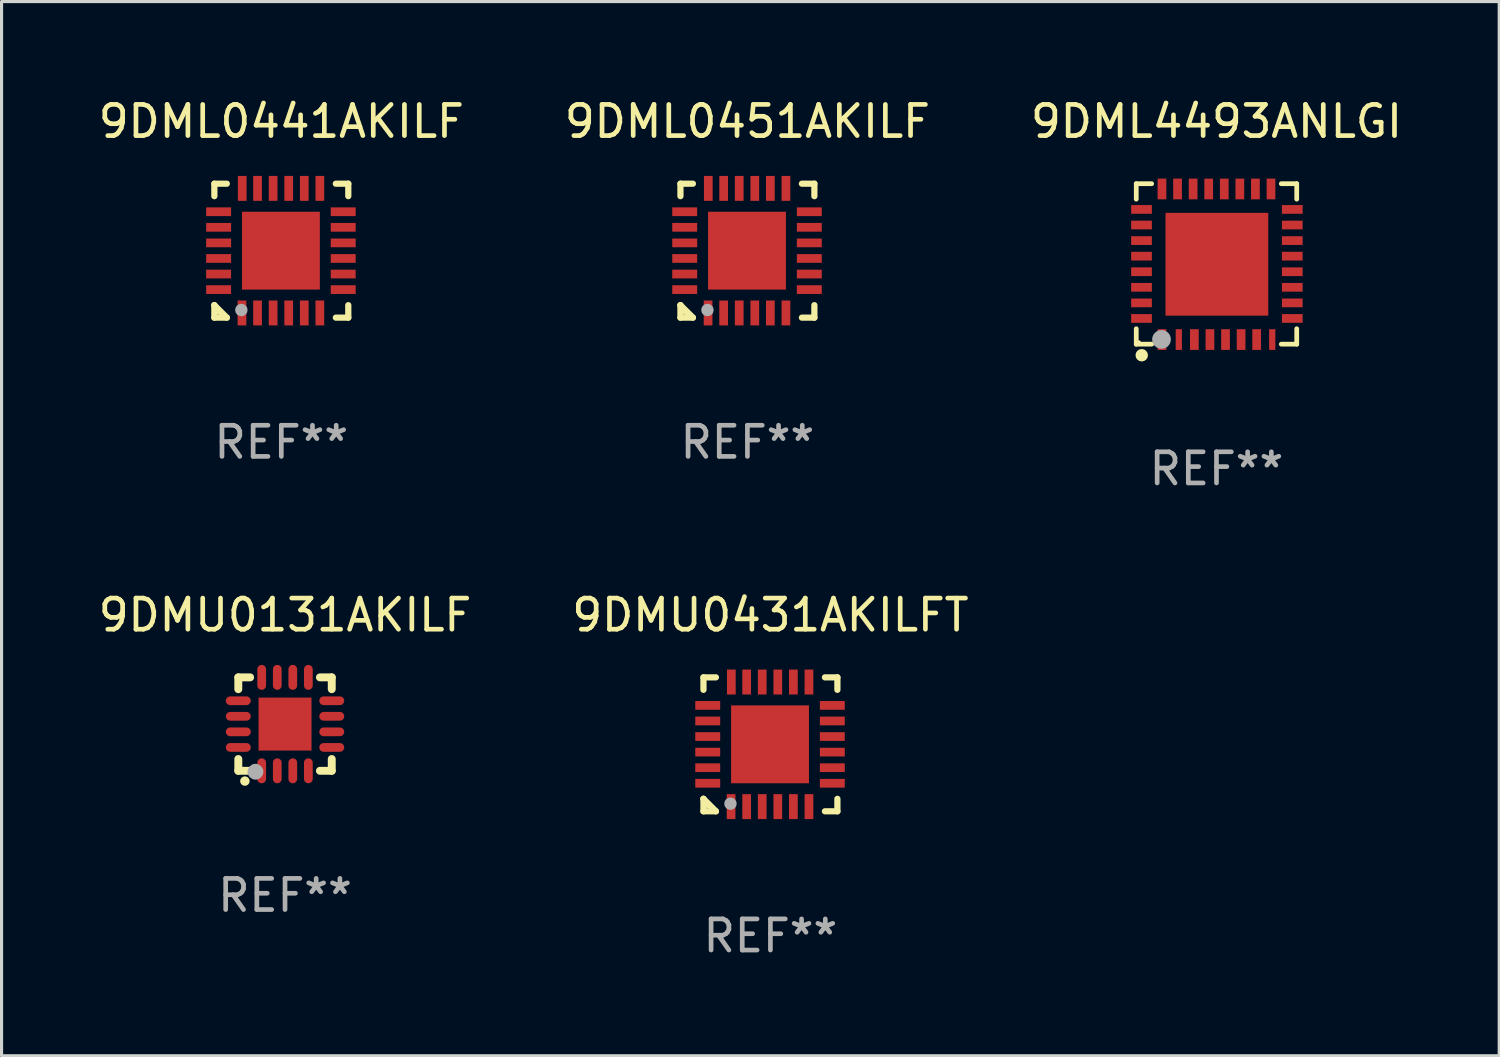
<source format=kicad_pcb>
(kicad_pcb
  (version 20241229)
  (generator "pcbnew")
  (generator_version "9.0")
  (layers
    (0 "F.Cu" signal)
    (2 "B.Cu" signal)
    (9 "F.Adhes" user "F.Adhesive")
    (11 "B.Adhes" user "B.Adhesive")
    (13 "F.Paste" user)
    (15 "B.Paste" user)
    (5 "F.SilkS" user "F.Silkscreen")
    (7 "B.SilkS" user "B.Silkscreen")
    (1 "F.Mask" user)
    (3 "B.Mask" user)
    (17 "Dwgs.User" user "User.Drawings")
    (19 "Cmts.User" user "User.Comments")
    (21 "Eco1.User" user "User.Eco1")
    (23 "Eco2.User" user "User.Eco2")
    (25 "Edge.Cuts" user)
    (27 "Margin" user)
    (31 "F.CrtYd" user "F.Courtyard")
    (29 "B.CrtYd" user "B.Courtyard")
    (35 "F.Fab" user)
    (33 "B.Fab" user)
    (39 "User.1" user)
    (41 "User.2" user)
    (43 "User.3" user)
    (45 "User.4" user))
  (footprint "9DML0441AKILF"
    (layer "F.Cu")
    (at 5.982 4.998)
    (property "Reference" "9DML0441AKILF" (at 0 -4.15 0) (layer "F.SilkS") (effects (font (size 1 1) (thickness 0.15))))
    (attr through_hole)
    (fp_line (start -2.15 -2.15) (end -1.75 -2.15) (stroke (width 0.2) (type solid)) (layer "F.SilkS"))
    (fp_line (start -2.15 -1.75) (end -2.15 -2.15) (stroke (width 0.2) (type solid)) (layer "F.SilkS"))
    (fp_line (start -2.15 1.75) (end -2.15 1.75) (stroke (width 0.2) (type solid)) (layer "F.SilkS"))
    (fp_line (start -2.15 1.75) (end -1.75 2.15) (stroke (width 0.2) (type solid)) (layer "F.SilkS"))
    (fp_line (start -2.15 2.15) (end -2.15 1.75) (stroke (width 0.2) (type solid)) (layer "F.SilkS"))
    (fp_line (start -1.75 2.15) (end -2.15 2.15) (stroke (width 0.2) (type solid)) (layer "F.SilkS"))
    (fp_line (start 2.15 -2.15) (end 1.75 -2.15) (stroke (width 0.2) (type solid)) (layer "F.SilkS"))
    (fp_line (start 2.15 -1.75) (end 2.15 -2.15) (stroke (width 0.2) (type solid)) (layer "F.SilkS"))
    (fp_line (start 2.15 1.75) (end 2.15 2.15) (stroke (width 0.2) (type solid)) (layer "F.SilkS"))
    (fp_line (start 2.15 2.15) (end 1.75 2.15) (stroke (width 0.2) (type solid)) (layer "F.SilkS"))
    (fp_circle (center -2.013 2) (end -1.983 2) (stroke (width 0.06) (type solid)) (fill no) (layer "F.SilkS"))
    (fp_circle (center -1.283 1.905) (end -1.183 1.905) (stroke (width 0.2) (type solid)) (fill no) (layer "F.Fab"))
    (fp_text user "REF**" (at 0 6.15 0) (layer "F.Fab") (effects (font (size 1 1) (thickness 0.15))))
    (pad "1" smd rect (at -1.263 2 180) (size 0.28 0.8) (layers "F.Cu" "F.Mask" "F.Paste"))
    (pad "2" smd rect (at -0.763 2 180) (size 0.28 0.8) (layers "F.Cu" "F.Mask" "F.Paste"))
    (pad "3" smd rect (at -0.263 2 180) (size 0.28 0.8) (layers "F.Cu" "F.Mask" "F.Paste"))
    (pad "4" smd rect (at 0.237 2 180) (size 0.28 0.8) (layers "F.Cu" "F.Mask" "F.Paste"))
    (pad "5" smd rect (at 0.737 2 180) (size 0.28 0.8) (layers "F.Cu" "F.Mask" "F.Paste"))
    (pad "6" smd rect (at 1.237 2 180) (size 0.28 0.8) (layers "F.Cu" "F.Mask" "F.Paste"))
    (pad "7" smd rect (at 1.987 1.25 90) (size 0.28 0.8) (layers "F.Cu" "F.Mask" "F.Paste"))
    (pad "8" smd rect (at 1.987 0.75 90) (size 0.28 0.8) (layers "F.Cu" "F.Mask" "F.Paste"))
    (pad "9" smd rect (at 1.987 0.25 90) (size 0.28 0.8) (layers "F.Cu" "F.Mask" "F.Paste"))
    (pad "10" smd rect (at 1.987 -0.25 90) (size 0.28 0.8) (layers "F.Cu" "F.Mask" "F.Paste"))
    (pad "11" smd rect (at 1.987 -0.75 90) (size 0.28 0.8) (layers "F.Cu" "F.Mask" "F.Paste"))
    (pad "12" smd rect (at 1.987 -1.25 90) (size 0.28 0.8) (layers "F.Cu" "F.Mask" "F.Paste"))
    (pad "13" smd rect (at 1.237 -2 180) (size 0.28 0.8) (layers "F.Cu" "F.Mask" "F.Paste"))
    (pad "14" smd rect (at 0.737 -2 180) (size 0.28 0.8) (layers "F.Cu" "F.Mask" "F.Paste"))
    (pad "15" smd rect (at 0.237 -2 180) (size 0.28 0.8) (layers "F.Cu" "F.Mask" "F.Paste"))
    (pad "16" smd rect (at -0.263 -2 180) (size 0.28 0.8) (layers "F.Cu" "F.Mask" "F.Paste"))
    (pad "17" smd rect (at -0.763 -2 180) (size 0.28 0.8) (layers "F.Cu" "F.Mask" "F.Paste"))
    (pad "18" smd rect (at -1.255 -2 180) (size 0.28 0.8) (layers "F.Cu" "F.Mask" "F.Paste"))
    (pad "19" smd rect (at -2.013 -1.25 90) (size 0.28 0.8) (layers "F.Cu" "F.Mask" "F.Paste"))
    (pad "20" smd rect (at -2.013 -0.75 90) (size 0.28 0.8) (layers "F.Cu" "F.Mask" "F.Paste"))
    (pad "21" smd rect (at -2.013 -0.25 90) (size 0.28 0.8) (layers "F.Cu" "F.Mask" "F.Paste"))
    (pad "22" smd rect (at -2.013 0.25 90) (size 0.28 0.8) (layers "F.Cu" "F.Mask" "F.Paste"))
    (pad "23" smd rect (at -2.013 0.75 90) (size 0.28 0.8) (layers "F.Cu" "F.Mask" "F.Paste"))
    (pad "24" smd rect (at -2.013 1.25 90) (size 0.28 0.8) (layers "F.Cu" "F.Mask" "F.Paste"))
    (pad "25" smd rect (at -0.013 0 90) (size 2.5 2.5) (layers "F.Cu" "F.Mask" "F.Paste")))
  (footprint "9DMU0431AKILFT"
    (layer "F.Cu")
    (at 21.685 20.847)
    (property "Reference" "9DMU0431AKILFT" (at 0 -4.15 0) (layer "F.SilkS") (effects (font (size 1 1) (thickness 0.15))))
    (attr through_hole)
    (fp_line (start -2.15 -2.15) (end -1.75 -2.15) (stroke (width 0.2) (type solid)) (layer "F.SilkS"))
    (fp_line (start -2.15 -1.75) (end -2.15 -2.15) (stroke (width 0.2) (type solid)) (layer "F.SilkS"))
    (fp_line (start -2.15 1.75) (end -2.15 1.75) (stroke (width 0.2) (type solid)) (layer "F.SilkS"))
    (fp_line (start -2.15 1.75) (end -1.75 2.15) (stroke (width 0.2) (type solid)) (layer "F.SilkS"))
    (fp_line (start -2.15 2.15) (end -2.15 1.75) (stroke (width 0.2) (type solid)) (layer "F.SilkS"))
    (fp_line (start -1.75 2.15) (end -2.15 2.15) (stroke (width 0.2) (type solid)) (layer "F.SilkS"))
    (fp_line (start 2.15 -2.15) (end 1.75 -2.15) (stroke (width 0.2) (type solid)) (layer "F.SilkS"))
    (fp_line (start 2.15 -1.75) (end 2.15 -2.15) (stroke (width 0.2) (type solid)) (layer "F.SilkS"))
    (fp_line (start 2.15 1.75) (end 2.15 2.15) (stroke (width 0.2) (type solid)) (layer "F.SilkS"))
    (fp_line (start 2.15 2.15) (end 1.75 2.15) (stroke (width 0.2) (type solid)) (layer "F.SilkS"))
    (fp_circle (center -2.013 2) (end -1.983 2) (stroke (width 0.06) (type solid)) (fill no) (layer "F.SilkS"))
    (fp_circle (center -1.283 1.905) (end -1.183 1.905) (stroke (width 0.2) (type solid)) (fill no) (layer "F.Fab"))
    (fp_text user "REF**" (at 0 6.15 0) (layer "F.Fab") (effects (font (size 1 1) (thickness 0.15))))
    (pad "1" smd rect (at -1.263 2 180) (size 0.28 0.8) (layers "F.Cu" "F.Mask" "F.Paste"))
    (pad "2" smd rect (at -0.763 2 180) (size 0.28 0.8) (layers "F.Cu" "F.Mask" "F.Paste"))
    (pad "3" smd rect (at -0.263 2 180) (size 0.28 0.8) (layers "F.Cu" "F.Mask" "F.Paste"))
    (pad "4" smd rect (at 0.237 2 180) (size 0.28 0.8) (layers "F.Cu" "F.Mask" "F.Paste"))
    (pad "5" smd rect (at 0.737 2 180) (size 0.28 0.8) (layers "F.Cu" "F.Mask" "F.Paste"))
    (pad "6" smd rect (at 1.237 2 180) (size 0.28 0.8) (layers "F.Cu" "F.Mask" "F.Paste"))
    (pad "7" smd rect (at 1.987 1.25 90) (size 0.28 0.8) (layers "F.Cu" "F.Mask" "F.Paste"))
    (pad "8" smd rect (at 1.987 0.75 90) (size 0.28 0.8) (layers "F.Cu" "F.Mask" "F.Paste"))
    (pad "9" smd rect (at 1.987 0.25 90) (size 0.28 0.8) (layers "F.Cu" "F.Mask" "F.Paste"))
    (pad "10" smd rect (at 1.987 -0.25 90) (size 0.28 0.8) (layers "F.Cu" "F.Mask" "F.Paste"))
    (pad "11" smd rect (at 1.987 -0.75 90) (size 0.28 0.8) (layers "F.Cu" "F.Mask" "F.Paste"))
    (pad "12" smd rect (at 1.987 -1.25 90) (size 0.28 0.8) (layers "F.Cu" "F.Mask" "F.Paste"))
    (pad "13" smd rect (at 1.237 -2 180) (size 0.28 0.8) (layers "F.Cu" "F.Mask" "F.Paste"))
    (pad "14" smd rect (at 0.737 -2 180) (size 0.28 0.8) (layers "F.Cu" "F.Mask" "F.Paste"))
    (pad "15" smd rect (at 0.237 -2 180) (size 0.28 0.8) (layers "F.Cu" "F.Mask" "F.Paste"))
    (pad "16" smd rect (at -0.263 -2 180) (size 0.28 0.8) (layers "F.Cu" "F.Mask" "F.Paste"))
    (pad "17" smd rect (at -0.763 -2 180) (size 0.28 0.8) (layers "F.Cu" "F.Mask" "F.Paste"))
    (pad "18" smd rect (at -1.255 -2 180) (size 0.28 0.8) (layers "F.Cu" "F.Mask" "F.Paste"))
    (pad "19" smd rect (at -2.013 -1.25 90) (size 0.28 0.8) (layers "F.Cu" "F.Mask" "F.Paste"))
    (pad "20" smd rect (at -2.013 -0.75 90) (size 0.28 0.8) (layers "F.Cu" "F.Mask" "F.Paste"))
    (pad "21" smd rect (at -2.013 -0.25 90) (size 0.28 0.8) (layers "F.Cu" "F.Mask" "F.Paste"))
    (pad "22" smd rect (at -2.013 0.25 90) (size 0.28 0.8) (layers "F.Cu" "F.Mask" "F.Paste"))
    (pad "23" smd rect (at -2.013 0.75 90) (size 0.28 0.8) (layers "F.Cu" "F.Mask" "F.Paste"))
    (pad "24" smd rect (at -2.013 1.25 90) (size 0.28 0.8) (layers "F.Cu" "F.Mask" "F.Paste"))
    (pad "25" smd rect (at -0.013 0 90) (size 2.5 2.5) (layers "F.Cu" "F.Mask" "F.Paste")))
  (footprint "9DML4493ANLGI"
    (layer "F.Cu")
    (at 36.006 5.424)
    (property "Reference" "9DML4493ANLGI" (at 0 -4.576 0) (layer "F.SilkS") (effects (font (size 1 1) (thickness 0.15))))
    (attr through_hole)
    (fp_line (start -2.576 -2.576) (end -2.576 -2.08) (stroke (width 0.152) (type solid)) (layer "F.SilkS"))
    (fp_line (start -2.576 2.576) (end -2.576 2.08) (stroke (width 0.152) (type solid)) (layer "F.SilkS"))
    (fp_line (start -2.08 -2.576) (end -2.576 -2.576) (stroke (width 0.152) (type solid)) (layer "F.SilkS"))
    (fp_line (start -2.08 2.576) (end -2.576 2.576) (stroke (width 0.152) (type solid)) (layer "F.SilkS"))
    (fp_line (start 2.08 -2.576) (end 2.576 -2.576) (stroke (width 0.152) (type solid)) (layer "F.SilkS"))
    (fp_line (start 2.08 2.576) (end 2.576 2.576) (stroke (width 0.152) (type solid)) (layer "F.SilkS"))
    (fp_line (start 2.576 -2.576) (end 2.576 -2.08) (stroke (width 0.152) (type solid)) (layer "F.SilkS"))
    (fp_line (start 2.576 2.576) (end 2.576 2.08) (stroke (width 0.152) (type solid)) (layer "F.SilkS"))
    (fp_circle (center -2.487 2.51) (end -2.457 2.51) (stroke (width 0.06) (type solid)) (fill no) (layer "F.SilkS"))
    (fp_circle (center -2.4 2.931) (end -2.3 2.931) (stroke (width 0.2) (type solid)) (fill no) (layer "F.SilkS"))
    (fp_circle (center -1.765 2.423) (end -1.615 2.423) (stroke (width 0.3) (type solid)) (fill no) (layer "F.Fab"))
    (fp_text user "REF**" (at 0 6.576 0) (layer "F.Fab") (effects (font (size 1 1) (thickness 0.15))))
    (pad "1" smd rect (at -1.75 2.428) (size 0.28 0.665) (layers "F.Cu" "F.Mask" "F.Paste"))
    (pad "2" smd rect (at -1.21 2.428) (size 0.2 0.665) (layers "F.Cu" "F.Mask" "F.Paste"))
    (pad "3" smd rect (at -0.71 2.428) (size 0.28 0.665) (layers "F.Cu" "F.Mask" "F.Paste"))
    (pad "4" smd rect (at -0.21 2.428) (size 0.28 0.665) (layers "F.Cu" "F.Mask" "F.Paste"))
    (pad "5" smd rect (at 0.29 2.428) (size 0.28 0.665) (layers "F.Cu" "F.Mask" "F.Paste"))
    (pad "6" smd rect (at 0.79 2.428) (size 0.28 0.665) (layers "F.Cu" "F.Mask" "F.Paste"))
    (pad "7" smd rect (at 1.29 2.428) (size 0.28 0.665) (layers "F.Cu" "F.Mask" "F.Paste"))
    (pad "8" smd rect (at 1.79 2.428) (size 0.2 0.665) (layers "F.Cu" "F.Mask" "F.Paste"))
    (pad "9" smd rect (at 2.433 1.75) (size 0.665 0.28) (layers "F.Cu" "F.Mask" "F.Paste"))
    (pad "10" smd rect (at 2.433 1.25) (size 0.665 0.28) (layers "F.Cu" "F.Mask" "F.Paste"))
    (pad "11" smd rect (at 2.433 0.75) (size 0.665 0.28) (layers "F.Cu" "F.Mask" "F.Paste"))
    (pad "12" smd rect (at 2.433 0.25) (size 0.665 0.28) (layers "F.Cu" "F.Mask" "F.Paste"))
    (pad "13" smd rect (at 2.433 -0.25) (size 0.665 0.28) (layers "F.Cu" "F.Mask" "F.Paste"))
    (pad "14" smd rect (at 2.433 -0.75) (size 0.665 0.28) (layers "F.Cu" "F.Mask" "F.Paste"))
    (pad "15" smd rect (at 2.433 -1.25) (size 0.665 0.28) (layers "F.Cu" "F.Mask" "F.Paste"))
    (pad "16" smd rect (at 2.433 -1.75) (size 0.665 0.28) (layers "F.Cu" "F.Mask" "F.Paste"))
    (pad "17" smd rect (at 1.75 -2.407) (size 0.28 0.665) (layers "F.Cu" "F.Mask" "F.Paste"))
    (pad "18" smd rect (at 1.25 -2.407) (size 0.28 0.665) (layers "F.Cu" "F.Mask" "F.Paste"))
    (pad "19" smd rect (at 0.75 -2.407) (size 0.28 0.665) (layers "F.Cu" "F.Mask" "F.Paste"))
    (pad "20" smd rect (at 0.25 -2.407) (size 0.28 0.665) (layers "F.Cu" "F.Mask" "F.Paste"))
    (pad "21" smd rect (at -0.25 -2.407) (size 0.28 0.665) (layers "F.Cu" "F.Mask" "F.Paste"))
    (pad "22" smd rect (at -0.75 -2.407) (size 0.28 0.665) (layers "F.Cu" "F.Mask" "F.Paste"))
    (pad "23" smd rect (at -1.25 -2.407) (size 0.28 0.665) (layers "F.Cu" "F.Mask" "F.Paste"))
    (pad "24" smd rect (at -1.75 -2.407) (size 0.28 0.665) (layers "F.Cu" "F.Mask" "F.Paste"))
    (pad "25" smd rect (at -2.407 -1.75) (size 0.665 0.28) (layers "F.Cu" "F.Mask" "F.Paste"))
    (pad "26" smd rect (at -2.407 -1.25) (size 0.665 0.28) (layers "F.Cu" "F.Mask" "F.Paste"))
    (pad "27" smd rect (at -2.407 -0.75) (size 0.665 0.28) (layers "F.Cu" "F.Mask" "F.Paste"))
    (pad "28" smd rect (at -2.407 -0.25) (size 0.665 0.28) (layers "F.Cu" "F.Mask" "F.Paste"))
    (pad "29" smd rect (at -2.407 0.25) (size 0.665 0.28) (layers "F.Cu" "F.Mask" "F.Paste"))
    (pad "30" smd rect (at -2.407 0.75) (size 0.665 0.28) (layers "F.Cu" "F.Mask" "F.Paste"))
    (pad "31" smd rect (at -2.407 1.25) (size 0.665 0.28) (layers "F.Cu" "F.Mask" "F.Paste"))
    (pad "32" smd rect (at -2.407 1.75) (size 0.665 0.28) (layers "F.Cu" "F.Mask" "F.Paste"))
    (pad "33" smd rect (at 0.013 0.01) (size 3.3 3.3) (layers "F.Cu" "F.Mask" "F.Paste")))
  (footprint "9DMU0131AKILF"
    (layer "F.Cu")
    (at 6.101 20.197)
    (property "Reference" "9DMU0131AKILF" (at 0 -3.5 0) (layer "F.SilkS") (effects (font (size 1 1) (thickness 0.15))))
    (attr through_hole)
    (fp_line (start -1.5 -1.5) (end -1.121 -1.5) (stroke (width 0.254) (type solid)) (layer "F.SilkS"))
    (fp_line (start -1.5 -1.12) (end -1.5 -1.5) (stroke (width 0.254) (type solid)) (layer "F.SilkS"))
    (fp_line (start -1.5 1.5) (end -1.5 1.121) (stroke (width 0.254) (type solid)) (layer "F.SilkS"))
    (fp_line (start -1.121 1.5) (end -1.5 1.5) (stroke (width 0.254) (type solid)) (layer "F.SilkS"))
    (fp_line (start 1.12 -1.5) (end 1.5 -1.5) (stroke (width 0.254) (type solid)) (layer "F.SilkS"))
    (fp_line (start 1.5 -1.5) (end 1.5 -1.12) (stroke (width 0.254) (type solid)) (layer "F.SilkS"))
    (fp_line (start 1.5 1.121) (end 1.5 1.5) (stroke (width 0.254) (type solid)) (layer "F.SilkS"))
    (fp_line (start 1.5 1.5) (end 1.12 1.5) (stroke (width 0.254) (type solid)) (layer "F.SilkS"))
    (fp_arc (start -1.290005 1.83001) (mid -1.288735 1.830005) (end -1.287465 1.83001) (stroke (width 0.3) (type solid)) (layer "F.SilkS"))
    (fp_circle (center -1.5 1.5) (end -1.47 1.5) (stroke (width 0.06) (type solid)) (fill no) (layer "F.SilkS"))
    (fp_circle (center -0.95 1.53) (end -0.823 1.53) (stroke (width 0.254) (type solid)) (fill no) (layer "F.Fab"))
    (fp_text user "REF**" (at 0 5.5 0) (layer "F.Fab") (effects (font (size 1 1) (thickness 0.15))))
    (pad "1" smd oval (at -0.749 1.5 180) (size 0.28 0.8) (layers "F.Cu" "F.Mask" "F.Paste"))
    (pad "2" smd oval (at -0.249 1.5 180) (size 0.28 0.8) (layers "F.Cu" "F.Mask" "F.Paste"))
    (pad "3" smd oval (at 0.249 1.5 180) (size 0.28 0.8) (layers "F.Cu" "F.Mask" "F.Paste"))
    (pad "4" smd oval (at 0.749 1.5 180) (size 0.28 0.8) (layers "F.Cu" "F.Mask" "F.Paste"))
    (pad "5" smd oval (at 1.5 0.749 90) (size 0.28 0.8) (layers "F.Cu" "F.Mask" "F.Paste"))
    (pad "6" smd oval (at 1.5 0.249 90) (size 0.28 0.8) (layers "F.Cu" "F.Mask" "F.Paste"))
    (pad "7" smd oval (at 1.5 -0.249 90) (size 0.28 0.8) (layers "F.Cu" "F.Mask" "F.Paste"))
    (pad "8" smd oval (at 1.5 -0.749 90) (size 0.28 0.8) (layers "F.Cu" "F.Mask" "F.Paste"))
    (pad "9" smd oval (at 0.749 -1.5 180) (size 0.28 0.8) (layers "F.Cu" "F.Mask" "F.Paste"))
    (pad "10" smd oval (at 0.249 -1.5 180) (size 0.28 0.8) (layers "F.Cu" "F.Mask" "F.Paste"))
    (pad "11" smd oval (at -0.249 -1.5 180) (size 0.28 0.8) (layers "F.Cu" "F.Mask" "F.Paste"))
    (pad "12" smd oval (at -0.749 -1.5 180) (size 0.28 0.8) (layers "F.Cu" "F.Mask" "F.Paste"))
    (pad "13" smd oval (at -1.5 -0.749 90) (size 0.28 0.8) (layers "F.Cu" "F.Mask" "F.Paste"))
    (pad "14" smd oval (at -1.5 -0.249 90) (size 0.28 0.8) (layers "F.Cu" "F.Mask" "F.Paste"))
    (pad "15" smd oval (at -1.5 0.249 90) (size 0.28 0.8) (layers "F.Cu" "F.Mask" "F.Paste"))
    (pad "16" smd oval (at -1.5 0.749 90) (size 0.28 0.8) (layers "F.Cu" "F.Mask" "F.Paste"))
    (pad "17" smd rect (at -0.000114 0.000114 90) (size 1.7 1.7) (layers "F.Cu" "F.Mask" "F.Paste")))
  (footprint "9DML0451AKILF"
    (layer "F.Cu")
    (at 20.946 4.998)
    (property "Reference" "9DML0451AKILF" (at 0 -4.15 0) (layer "F.SilkS") (effects (font (size 1 1) (thickness 0.15))))
    (attr through_hole)
    (fp_line (start -2.15 -2.15) (end -1.75 -2.15) (stroke (width 0.2) (type solid)) (layer "F.SilkS"))
    (fp_line (start -2.15 -1.75) (end -2.15 -2.15) (stroke (width 0.2) (type solid)) (layer "F.SilkS"))
    (fp_line (start -2.15 1.75) (end -2.15 1.75) (stroke (width 0.2) (type solid)) (layer "F.SilkS"))
    (fp_line (start -2.15 1.75) (end -1.75 2.15) (stroke (width 0.2) (type solid)) (layer "F.SilkS"))
    (fp_line (start -2.15 2.15) (end -2.15 1.75) (stroke (width 0.2) (type solid)) (layer "F.SilkS"))
    (fp_line (start -1.75 2.15) (end -2.15 2.15) (stroke (width 0.2) (type solid)) (layer "F.SilkS"))
    (fp_line (start 2.15 -2.15) (end 1.75 -2.15) (stroke (width 0.2) (type solid)) (layer "F.SilkS"))
    (fp_line (start 2.15 -1.75) (end 2.15 -2.15) (stroke (width 0.2) (type solid)) (layer "F.SilkS"))
    (fp_line (start 2.15 1.75) (end 2.15 2.15) (stroke (width 0.2) (type solid)) (layer "F.SilkS"))
    (fp_line (start 2.15 2.15) (end 1.75 2.15) (stroke (width 0.2) (type solid)) (layer "F.SilkS"))
    (fp_circle (center -2.013 2) (end -1.983 2) (stroke (width 0.06) (type solid)) (fill no) (layer "F.SilkS"))
    (fp_circle (center -1.283 1.905) (end -1.183 1.905) (stroke (width 0.2) (type solid)) (fill no) (layer "F.Fab"))
    (fp_text user "REF**" (at 0 6.15 0) (layer "F.Fab") (effects (font (size 1 1) (thickness 0.15))))
    (pad "1" smd rect (at -1.263 2 180) (size 0.28 0.8) (layers "F.Cu" "F.Mask" "F.Paste"))
    (pad "2" smd rect (at -0.763 2 180) (size 0.28 0.8) (layers "F.Cu" "F.Mask" "F.Paste"))
    (pad "3" smd rect (at -0.263 2 180) (size 0.28 0.8) (layers "F.Cu" "F.Mask" "F.Paste"))
    (pad "4" smd rect (at 0.237 2 180) (size 0.28 0.8) (layers "F.Cu" "F.Mask" "F.Paste"))
    (pad "5" smd rect (at 0.737 2 180) (size 0.28 0.8) (layers "F.Cu" "F.Mask" "F.Paste"))
    (pad "6" smd rect (at 1.237 2 180) (size 0.28 0.8) (layers "F.Cu" "F.Mask" "F.Paste"))
    (pad "7" smd rect (at 1.987 1.25 90) (size 0.28 0.8) (layers "F.Cu" "F.Mask" "F.Paste"))
    (pad "8" smd rect (at 1.987 0.75 90) (size 0.28 0.8) (layers "F.Cu" "F.Mask" "F.Paste"))
    (pad "9" smd rect (at 1.987 0.25 90) (size 0.28 0.8) (layers "F.Cu" "F.Mask" "F.Paste"))
    (pad "10" smd rect (at 1.987 -0.25 90) (size 0.28 0.8) (layers "F.Cu" "F.Mask" "F.Paste"))
    (pad "11" smd rect (at 1.987 -0.75 90) (size 0.28 0.8) (layers "F.Cu" "F.Mask" "F.Paste"))
    (pad "12" smd rect (at 1.987 -1.25 90) (size 0.28 0.8) (layers "F.Cu" "F.Mask" "F.Paste"))
    (pad "13" smd rect (at 1.237 -2 180) (size 0.28 0.8) (layers "F.Cu" "F.Mask" "F.Paste"))
    (pad "14" smd rect (at 0.737 -2 180) (size 0.28 0.8) (layers "F.Cu" "F.Mask" "F.Paste"))
    (pad "15" smd rect (at 0.237 -2 180) (size 0.28 0.8) (layers "F.Cu" "F.Mask" "F.Paste"))
    (pad "16" smd rect (at -0.263 -2 180) (size 0.28 0.8) (layers "F.Cu" "F.Mask" "F.Paste"))
    (pad "17" smd rect (at -0.763 -2 180) (size 0.28 0.8) (layers "F.Cu" "F.Mask" "F.Paste"))
    (pad "18" smd rect (at -1.255 -2 180) (size 0.28 0.8) (layers "F.Cu" "F.Mask" "F.Paste"))
    (pad "19" smd rect (at -2.013 -1.25 90) (size 0.28 0.8) (layers "F.Cu" "F.Mask" "F.Paste"))
    (pad "20" smd rect (at -2.013 -0.75 90) (size 0.28 0.8) (layers "F.Cu" "F.Mask" "F.Paste"))
    (pad "21" smd rect (at -2.013 -0.25 90) (size 0.28 0.8) (layers "F.Cu" "F.Mask" "F.Paste"))
    (pad "22" smd rect (at -2.013 0.25 90) (size 0.28 0.8) (layers "F.Cu" "F.Mask" "F.Paste"))
    (pad "23" smd rect (at -2.013 0.75 90) (size 0.28 0.8) (layers "F.Cu" "F.Mask" "F.Paste"))
    (pad "24" smd rect (at -2.013 1.25 90) (size 0.28 0.8) (layers "F.Cu" "F.Mask" "F.Paste"))
    (pad "25" smd rect (at -0.013 0 90) (size 2.5 2.5) (layers "F.Cu" "F.Mask" "F.Paste")))
  (gr_rect
    (start -3 -3)
    (end 45.083 30.846)
    (stroke (width 0.1) (type default))
    (fill no)
    (layer "Edge.Cuts")))
</source>
